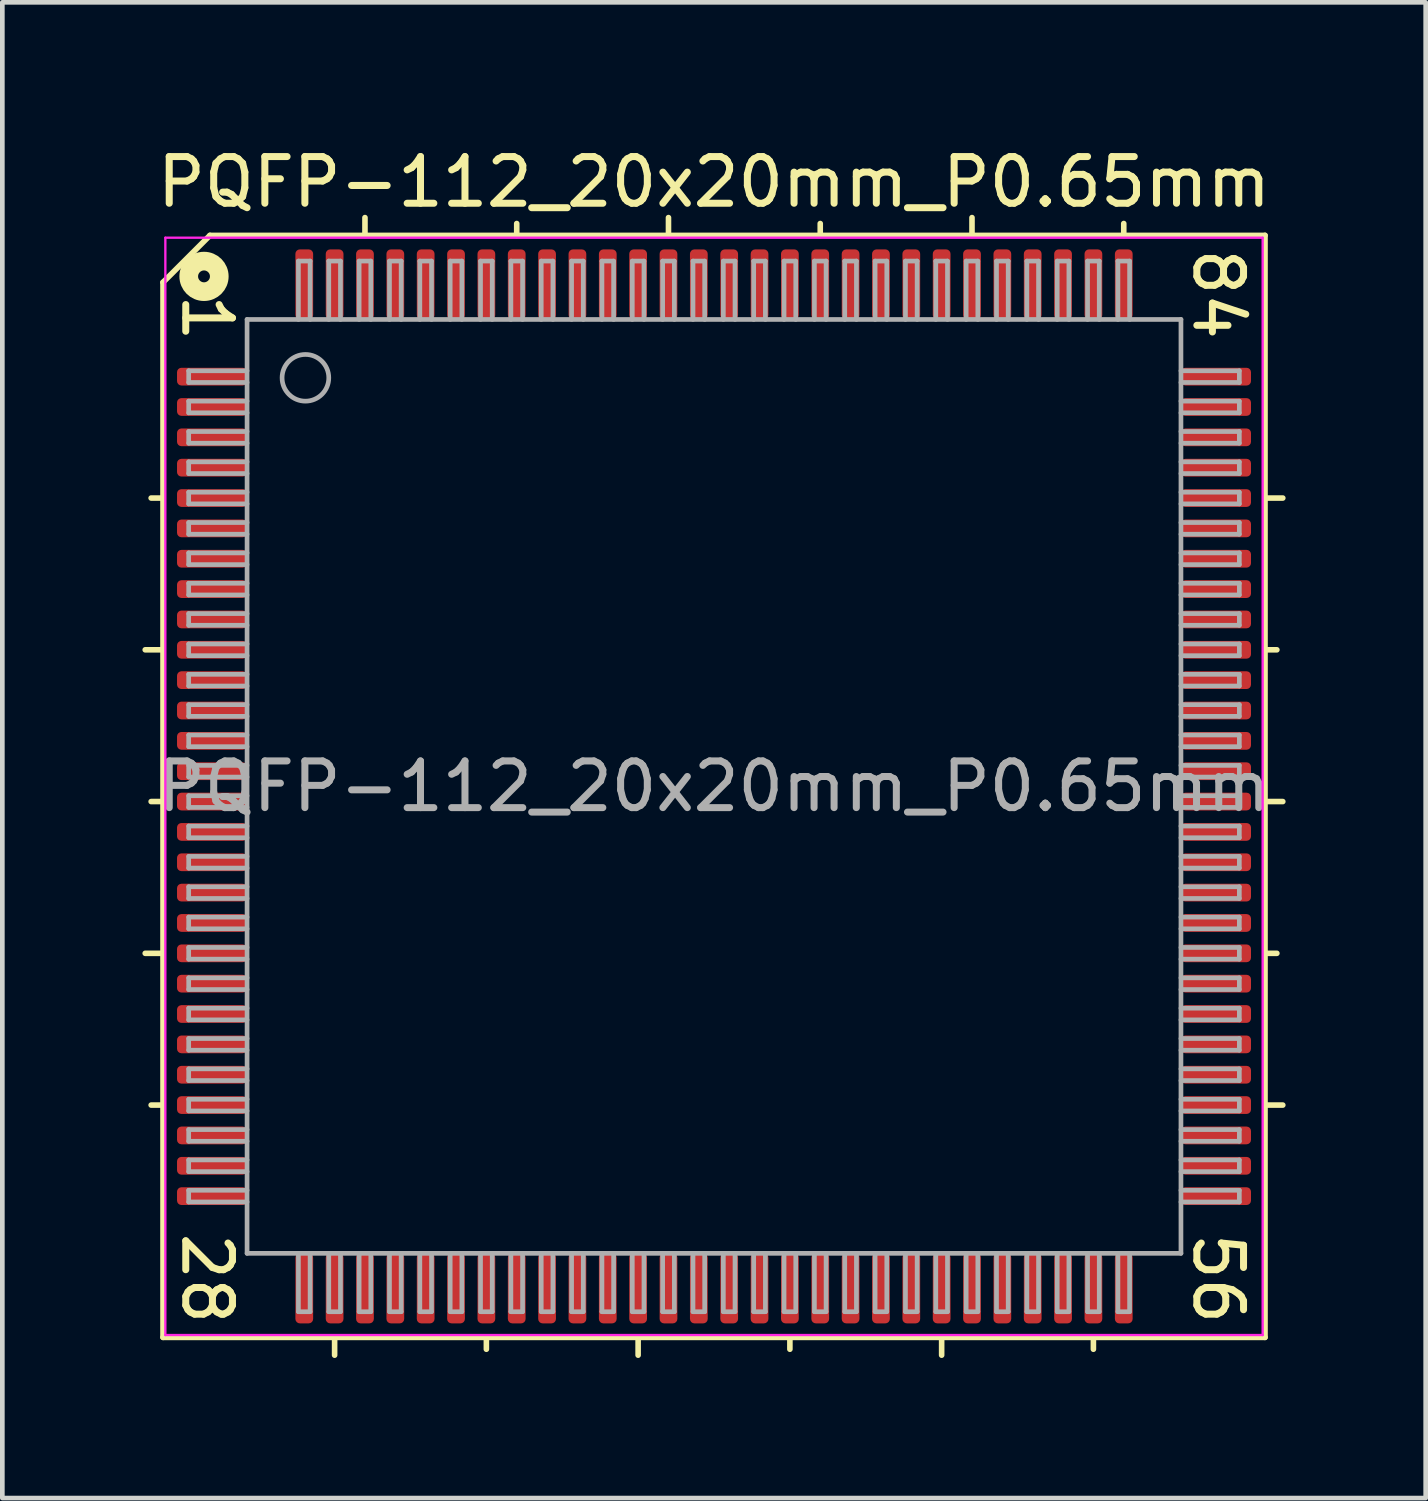
<source format=kicad_pcb>
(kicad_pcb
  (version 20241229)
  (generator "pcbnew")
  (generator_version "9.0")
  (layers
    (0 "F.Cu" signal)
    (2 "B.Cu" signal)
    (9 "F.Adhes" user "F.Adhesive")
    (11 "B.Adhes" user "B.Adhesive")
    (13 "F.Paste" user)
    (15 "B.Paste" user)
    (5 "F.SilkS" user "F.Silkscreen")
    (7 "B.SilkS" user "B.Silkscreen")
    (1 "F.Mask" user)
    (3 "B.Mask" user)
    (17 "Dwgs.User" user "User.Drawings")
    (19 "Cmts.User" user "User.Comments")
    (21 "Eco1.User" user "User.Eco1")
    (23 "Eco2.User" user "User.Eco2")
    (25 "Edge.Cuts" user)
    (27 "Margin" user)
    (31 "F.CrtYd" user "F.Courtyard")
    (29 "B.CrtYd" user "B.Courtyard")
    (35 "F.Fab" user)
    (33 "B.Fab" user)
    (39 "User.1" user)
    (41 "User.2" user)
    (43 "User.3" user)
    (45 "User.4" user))
  (footprint "PQFP-112_20x20mm_P0.65mm"
    (layer "F.Cu")
    (at 12.241 13.791)
    (property "Reference" "PQFP-112_20x20mm_P0.65mm" (at 0 -12.943 0) (layer "F.SilkS") (effects (font (size 1 1) (thickness 0.15))))
    (attr smd)
    (fp_line (start -11.8 -10.795) (end -11.8 11.8) (stroke (width 0.12) (type solid)) (layer "F.SilkS"))
    (fp_line (start -11.8 -10.795) (end -10.795 -11.8) (stroke (width 0.12) (type solid)) (layer "F.SilkS"))
    (fp_line (start -11.8 -6.175) (end -12.054 -6.175) (stroke (width 0.12) (type solid)) (layer "F.SilkS"))
    (fp_line (start -11.8 -2.925) (end -12.181 -2.925) (stroke (width 0.12) (type solid)) (layer "F.SilkS"))
    (fp_line (start -11.8 0.325) (end -12.054 0.325) (stroke (width 0.12) (type solid)) (layer "F.SilkS"))
    (fp_line (start -11.8 3.575) (end -12.181 3.575) (stroke (width 0.12) (type solid)) (layer "F.SilkS"))
    (fp_line (start -11.8 6.825) (end -12.054 6.825) (stroke (width 0.12) (type solid)) (layer "F.SilkS"))
    (fp_line (start -11.8 11.8) (end 11.8 11.8) (stroke (width 0.12) (type solid)) (layer "F.SilkS"))
    (fp_line (start -8.125 11.8) (end -8.125 12.181) (stroke (width 0.12) (type solid)) (layer "F.SilkS"))
    (fp_line (start -7.475 -11.8) (end -7.475 -12.181) (stroke (width 0.12) (type solid)) (layer "F.SilkS"))
    (fp_line (start -4.875 12.054) (end -4.875 11.8) (stroke (width 0.12) (type solid)) (layer "F.SilkS"))
    (fp_line (start -4.225 -11.8) (end -4.225 -12.054) (stroke (width 0.12) (type solid)) (layer "F.SilkS"))
    (fp_line (start -1.625 12.181) (end -1.625 11.8) (stroke (width 0.12) (type solid)) (layer "F.SilkS"))
    (fp_line (start -0.975 -11.8) (end -0.975 -12.181) (stroke (width 0.12) (type solid)) (layer "F.SilkS"))
    (fp_line (start 1.625 12.054) (end 1.625 11.8) (stroke (width 0.12) (type solid)) (layer "F.SilkS"))
    (fp_line (start 2.275 -11.8) (end 2.275 -12.054) (stroke (width 0.12) (type solid)) (layer "F.SilkS"))
    (fp_line (start 4.875 12.181) (end 4.875 11.8) (stroke (width 0.12) (type solid)) (layer "F.SilkS"))
    (fp_line (start 5.525 -11.8) (end 5.525 -12.181) (stroke (width 0.12) (type solid)) (layer "F.SilkS"))
    (fp_line (start 8.125 12.054) (end 8.125 11.8) (stroke (width 0.12) (type solid)) (layer "F.SilkS"))
    (fp_line (start 8.775 -11.8) (end 8.775 -12.054) (stroke (width 0.12) (type solid)) (layer "F.SilkS"))
    (fp_line (start 11.8 -11.8) (end -10.795 -11.8) (stroke (width 0.12) (type solid)) (layer "F.SilkS"))
    (fp_line (start 11.8 -6.175) (end 12.181 -6.175) (stroke (width 0.12) (type solid)) (layer "F.SilkS"))
    (fp_line (start 11.8 -2.925) (end 12.054 -2.925) (stroke (width 0.12) (type solid)) (layer "F.SilkS"))
    (fp_line (start 11.8 0.325) (end 12.181 0.325) (stroke (width 0.12) (type solid)) (layer "F.SilkS"))
    (fp_line (start 11.8 3.575) (end 12.054 3.575) (stroke (width 0.12) (type solid)) (layer "F.SilkS"))
    (fp_line (start 11.8 6.825) (end 12.181 6.825) (stroke (width 0.12) (type solid)) (layer "F.SilkS"))
    (fp_line (start 11.8 11.8) (end 11.8 -11.8) (stroke (width 0.12) (type solid)) (layer "F.SilkS"))
    (fp_circle (center -10.922 -10.922) (end -10.795 -10.922) (stroke (width 0.4) (type solid)) (fill no) (layer "F.SilkS"))
    (fp_line (start -11.75 -11.75) (end -11.75 11.75) (stroke (width 0.05) (type solid)) (layer "F.CrtYd"))
    (fp_line (start -11.75 -11.75) (end 11.75 -11.75) (stroke (width 0.05) (type solid)) (layer "F.CrtYd"))
    (fp_line (start -11.75 11.75) (end 11.75 11.75) (stroke (width 0.05) (type solid)) (layer "F.CrtYd"))
    (fp_line (start 11.75 -11.75) (end 11.75 11.75) (stroke (width 0.05) (type solid)) (layer "F.CrtYd"))
    (fp_line (start -11.25 -8.9) (end -11.25 -8.65) (stroke (width 0.1) (type solid)) (layer "F.Fab"))
    (fp_line (start -11.25 -8.9) (end -10 -8.9) (stroke (width 0.1) (type solid)) (layer "F.Fab"))
    (fp_line (start -11.25 -8.65) (end -10 -8.65) (stroke (width 0.1) (type solid)) (layer "F.Fab"))
    (fp_line (start -11.25 -8.25) (end -11.25 -8) (stroke (width 0.1) (type solid)) (layer "F.Fab"))
    (fp_line (start -11.25 -8.25) (end -10 -8.25) (stroke (width 0.1) (type solid)) (layer "F.Fab"))
    (fp_line (start -11.25 -8) (end -10 -8) (stroke (width 0.1) (type solid)) (layer "F.Fab"))
    (fp_line (start -11.25 -7.6) (end -11.25 -7.35) (stroke (width 0.1) (type solid)) (layer "F.Fab"))
    (fp_line (start -11.25 -7.6) (end -10 -7.6) (stroke (width 0.1) (type solid)) (layer "F.Fab"))
    (fp_line (start -11.25 -7.35) (end -10 -7.35) (stroke (width 0.1) (type solid)) (layer "F.Fab"))
    (fp_line (start -11.25 -6.95) (end -11.25 -6.7) (stroke (width 0.1) (type solid)) (layer "F.Fab"))
    (fp_line (start -11.25 -6.95) (end -10 -6.95) (stroke (width 0.1) (type solid)) (layer "F.Fab"))
    (fp_line (start -11.25 -6.7) (end -10 -6.7) (stroke (width 0.1) (type solid)) (layer "F.Fab"))
    (fp_line (start -11.25 -6.3) (end -11.25 -6.05) (stroke (width 0.1) (type solid)) (layer "F.Fab"))
    (fp_line (start -11.25 -6.3) (end -10 -6.3) (stroke (width 0.1) (type solid)) (layer "F.Fab"))
    (fp_line (start -11.25 -6.05) (end -10 -6.05) (stroke (width 0.1) (type solid)) (layer "F.Fab"))
    (fp_line (start -11.25 -5.65) (end -11.25 -5.4) (stroke (width 0.1) (type solid)) (layer "F.Fab"))
    (fp_line (start -11.25 -5.65) (end -10 -5.65) (stroke (width 0.1) (type solid)) (layer "F.Fab"))
    (fp_line (start -11.25 -5.4) (end -10 -5.4) (stroke (width 0.1) (type solid)) (layer "F.Fab"))
    (fp_line (start -11.25 -5) (end -11.25 -4.75) (stroke (width 0.1) (type solid)) (layer "F.Fab"))
    (fp_line (start -11.25 -5) (end -10 -5) (stroke (width 0.1) (type solid)) (layer "F.Fab"))
    (fp_line (start -11.25 -4.75) (end -10 -4.75) (stroke (width 0.1) (type solid)) (layer "F.Fab"))
    (fp_line (start -11.25 -4.35) (end -11.25 -4.1) (stroke (width 0.1) (type solid)) (layer "F.Fab"))
    (fp_line (start -11.25 -4.35) (end -10 -4.35) (stroke (width 0.1) (type solid)) (layer "F.Fab"))
    (fp_line (start -11.25 -4.1) (end -10 -4.1) (stroke (width 0.1) (type solid)) (layer "F.Fab"))
    (fp_line (start -11.25 -3.7) (end -11.25 -3.45) (stroke (width 0.1) (type solid)) (layer "F.Fab"))
    (fp_line (start -11.25 -3.7) (end -10 -3.7) (stroke (width 0.1) (type solid)) (layer "F.Fab"))
    (fp_line (start -11.25 -3.45) (end -10 -3.45) (stroke (width 0.1) (type solid)) (layer "F.Fab"))
    (fp_line (start -11.25 -3.05) (end -11.25 -2.8) (stroke (width 0.1) (type solid)) (layer "F.Fab"))
    (fp_line (start -11.25 -3.05) (end -10 -3.05) (stroke (width 0.1) (type solid)) (layer "F.Fab"))
    (fp_line (start -11.25 -2.8) (end -10 -2.8) (stroke (width 0.1) (type solid)) (layer "F.Fab"))
    (fp_line (start -11.25 -2.4) (end -11.25 -2.15) (stroke (width 0.1) (type solid)) (layer "F.Fab"))
    (fp_line (start -11.25 -2.4) (end -10 -2.4) (stroke (width 0.1) (type solid)) (layer "F.Fab"))
    (fp_line (start -11.25 -2.15) (end -10 -2.15) (stroke (width 0.1) (type solid)) (layer "F.Fab"))
    (fp_line (start -11.25 -1.75) (end -11.25 -1.5) (stroke (width 0.1) (type solid)) (layer "F.Fab"))
    (fp_line (start -11.25 -1.75) (end -10 -1.75) (stroke (width 0.1) (type solid)) (layer "F.Fab"))
    (fp_line (start -11.25 -1.5) (end -10 -1.5) (stroke (width 0.1) (type solid)) (layer "F.Fab"))
    (fp_line (start -11.25 -1.1) (end -11.25 -0.85) (stroke (width 0.1) (type solid)) (layer "F.Fab"))
    (fp_line (start -11.25 -1.1) (end -10 -1.1) (stroke (width 0.1) (type solid)) (layer "F.Fab"))
    (fp_line (start -11.25 -0.85) (end -10 -0.85) (stroke (width 0.1) (type solid)) (layer "F.Fab"))
    (fp_line (start -11.25 -0.45) (end -11.25 -0.2) (stroke (width 0.1) (type solid)) (layer "F.Fab"))
    (fp_line (start -11.25 -0.45) (end -10 -0.45) (stroke (width 0.1) (type solid)) (layer "F.Fab"))
    (fp_line (start -11.25 -0.2) (end -10 -0.2) (stroke (width 0.1) (type solid)) (layer "F.Fab"))
    (fp_line (start -11.25 0.2) (end -11.25 0.45) (stroke (width 0.1) (type solid)) (layer "F.Fab"))
    (fp_line (start -11.25 0.2) (end -10 0.2) (stroke (width 0.1) (type solid)) (layer "F.Fab"))
    (fp_line (start -11.25 0.45) (end -10 0.45) (stroke (width 0.1) (type solid)) (layer "F.Fab"))
    (fp_line (start -11.25 0.85) (end -11.25 1.1) (stroke (width 0.1) (type solid)) (layer "F.Fab"))
    (fp_line (start -11.25 0.85) (end -10 0.85) (stroke (width 0.1) (type solid)) (layer "F.Fab"))
    (fp_line (start -11.25 1.1) (end -10 1.1) (stroke (width 0.1) (type solid)) (layer "F.Fab"))
    (fp_line (start -11.25 1.5) (end -11.25 1.75) (stroke (width 0.1) (type solid)) (layer "F.Fab"))
    (fp_line (start -11.25 1.5) (end -10 1.5) (stroke (width 0.1) (type solid)) (layer "F.Fab"))
    (fp_line (start -11.25 1.75) (end -10 1.75) (stroke (width 0.1) (type solid)) (layer "F.Fab"))
    (fp_line (start -11.25 2.15) (end -11.25 2.4) (stroke (width 0.1) (type solid)) (layer "F.Fab"))
    (fp_line (start -11.25 2.15) (end -10 2.15) (stroke (width 0.1) (type solid)) (layer "F.Fab"))
    (fp_line (start -11.25 2.4) (end -10 2.4) (stroke (width 0.1) (type solid)) (layer "F.Fab"))
    (fp_line (start -11.25 2.8) (end -11.25 3.05) (stroke (width 0.1) (type solid)) (layer "F.Fab"))
    (fp_line (start -11.25 2.8) (end -10 2.8) (stroke (width 0.1) (type solid)) (layer "F.Fab"))
    (fp_line (start -11.25 3.05) (end -10 3.05) (stroke (width 0.1) (type solid)) (layer "F.Fab"))
    (fp_line (start -11.25 3.45) (end -11.25 3.7) (stroke (width 0.1) (type solid)) (layer "F.Fab"))
    (fp_line (start -11.25 3.45) (end -10 3.45) (stroke (width 0.1) (type solid)) (layer "F.Fab"))
    (fp_line (start -11.25 3.7) (end -10 3.7) (stroke (width 0.1) (type solid)) (layer "F.Fab"))
    (fp_line (start -11.25 4.1) (end -11.25 4.35) (stroke (width 0.1) (type solid)) (layer "F.Fab"))
    (fp_line (start -11.25 4.1) (end -10 4.1) (stroke (width 0.1) (type solid)) (layer "F.Fab"))
    (fp_line (start -11.25 4.35) (end -10 4.35) (stroke (width 0.1) (type solid)) (layer "F.Fab"))
    (fp_line (start -11.25 4.75) (end -11.25 5) (stroke (width 0.1) (type solid)) (layer "F.Fab"))
    (fp_line (start -11.25 4.75) (end -10 4.75) (stroke (width 0.1) (type solid)) (layer "F.Fab"))
    (fp_line (start -11.25 5) (end -10 5) (stroke (width 0.1) (type solid)) (layer "F.Fab"))
    (fp_line (start -11.25 5.4) (end -11.25 5.65) (stroke (width 0.1) (type solid)) (layer "F.Fab"))
    (fp_line (start -11.25 5.4) (end -10 5.4) (stroke (width 0.1) (type solid)) (layer "F.Fab"))
    (fp_line (start -11.25 5.65) (end -10 5.65) (stroke (width 0.1) (type solid)) (layer "F.Fab"))
    (fp_line (start -11.25 6.05) (end -11.25 6.3) (stroke (width 0.1) (type solid)) (layer "F.Fab"))
    (fp_line (start -11.25 6.05) (end -10 6.05) (stroke (width 0.1) (type solid)) (layer "F.Fab"))
    (fp_line (start -11.25 6.3) (end -10 6.3) (stroke (width 0.1) (type solid)) (layer "F.Fab"))
    (fp_line (start -11.25 6.7) (end -11.25 6.95) (stroke (width 0.1) (type solid)) (layer "F.Fab"))
    (fp_line (start -11.25 6.7) (end -10 6.7) (stroke (width 0.1) (type solid)) (layer "F.Fab"))
    (fp_line (start -11.25 6.95) (end -10 6.95) (stroke (width 0.1) (type solid)) (layer "F.Fab"))
    (fp_line (start -11.25 7.35) (end -11.25 7.6) (stroke (width 0.1) (type solid)) (layer "F.Fab"))
    (fp_line (start -11.25 7.35) (end -10 7.35) (stroke (width 0.1) (type solid)) (layer "F.Fab"))
    (fp_line (start -11.25 7.6) (end -10 7.6) (stroke (width 0.1) (type solid)) (layer "F.Fab"))
    (fp_line (start -11.25 8) (end -11.25 8.25) (stroke (width 0.1) (type solid)) (layer "F.Fab"))
    (fp_line (start -11.25 8) (end -10 8) (stroke (width 0.1) (type solid)) (layer "F.Fab"))
    (fp_line (start -11.25 8.25) (end -10 8.25) (stroke (width 0.1) (type solid)) (layer "F.Fab"))
    (fp_line (start -11.25 8.65) (end -11.25 8.9) (stroke (width 0.1) (type solid)) (layer "F.Fab"))
    (fp_line (start -11.25 8.65) (end -10 8.65) (stroke (width 0.1) (type solid)) (layer "F.Fab"))
    (fp_line (start -11.25 8.9) (end -10 8.9) (stroke (width 0.1) (type solid)) (layer "F.Fab"))
    (fp_line (start -10 -10) (end -10 10) (stroke (width 0.1) (type solid)) (layer "F.Fab"))
    (fp_line (start -10 -10) (end 10 -10) (stroke (width 0.1) (type solid)) (layer "F.Fab"))
    (fp_line (start -8.9 -11.25) (end -8.9 -10) (stroke (width 0.1) (type solid)) (layer "F.Fab"))
    (fp_line (start -8.9 11.25) (end -8.9 10) (stroke (width 0.1) (type solid)) (layer "F.Fab"))
    (fp_line (start -8.9 11.25) (end -8.65 11.25) (stroke (width 0.1) (type solid)) (layer "F.Fab"))
    (fp_line (start -8.65 -11.25) (end -8.9 -11.25) (stroke (width 0.1) (type solid)) (layer "F.Fab"))
    (fp_line (start -8.65 -11.25) (end -8.65 -10) (stroke (width 0.1) (type solid)) (layer "F.Fab"))
    (fp_line (start -8.65 11.25) (end -8.65 10) (stroke (width 0.1) (type solid)) (layer "F.Fab"))
    (fp_line (start -8.25 -11.25) (end -8.25 -10) (stroke (width 0.1) (type solid)) (layer "F.Fab"))
    (fp_line (start -8.25 11.25) (end -8.25 10) (stroke (width 0.1) (type solid)) (layer "F.Fab"))
    (fp_line (start -8.25 11.25) (end -8 11.25) (stroke (width 0.1) (type solid)) (layer "F.Fab"))
    (fp_line (start -8 -11.25) (end -8.25 -11.25) (stroke (width 0.1) (type solid)) (layer "F.Fab"))
    (fp_line (start -8 -11.25) (end -8 -10) (stroke (width 0.1) (type solid)) (layer "F.Fab"))
    (fp_line (start -8 11.25) (end -8 10) (stroke (width 0.1) (type solid)) (layer "F.Fab"))
    (fp_line (start -7.6 -11.25) (end -7.6 -10) (stroke (width 0.1) (type solid)) (layer "F.Fab"))
    (fp_line (start -7.6 11.25) (end -7.6 10) (stroke (width 0.1) (type solid)) (layer "F.Fab"))
    (fp_line (start -7.6 11.25) (end -7.35 11.25) (stroke (width 0.1) (type solid)) (layer "F.Fab"))
    (fp_line (start -7.35 -11.25) (end -7.6 -11.25) (stroke (width 0.1) (type solid)) (layer "F.Fab"))
    (fp_line (start -7.35 -11.25) (end -7.35 -10) (stroke (width 0.1) (type solid)) (layer "F.Fab"))
    (fp_line (start -7.35 11.25) (end -7.35 10) (stroke (width 0.1) (type solid)) (layer "F.Fab"))
    (fp_line (start -6.95 -11.25) (end -6.95 -10) (stroke (width 0.1) (type solid)) (layer "F.Fab"))
    (fp_line (start -6.95 11.25) (end -6.95 10) (stroke (width 0.1) (type solid)) (layer "F.Fab"))
    (fp_line (start -6.95 11.25) (end -6.7 11.25) (stroke (width 0.1) (type solid)) (layer "F.Fab"))
    (fp_line (start -6.7 -11.25) (end -6.95 -11.25) (stroke (width 0.1) (type solid)) (layer "F.Fab"))
    (fp_line (start -6.7 -11.25) (end -6.7 -10) (stroke (width 0.1) (type solid)) (layer "F.Fab"))
    (fp_line (start -6.7 11.25) (end -6.7 10) (stroke (width 0.1) (type solid)) (layer "F.Fab"))
    (fp_line (start -6.3 -11.25) (end -6.3 -10) (stroke (width 0.1) (type solid)) (layer "F.Fab"))
    (fp_line (start -6.3 11.25) (end -6.3 10) (stroke (width 0.1) (type solid)) (layer "F.Fab"))
    (fp_line (start -6.3 11.25) (end -6.05 11.25) (stroke (width 0.1) (type solid)) (layer "F.Fab"))
    (fp_line (start -6.05 -11.25) (end -6.3 -11.25) (stroke (width 0.1) (type solid)) (layer "F.Fab"))
    (fp_line (start -6.05 -11.25) (end -6.05 -10) (stroke (width 0.1) (type solid)) (layer "F.Fab"))
    (fp_line (start -6.05 11.25) (end -6.05 10) (stroke (width 0.1) (type solid)) (layer "F.Fab"))
    (fp_line (start -5.65 -11.25) (end -5.65 -10) (stroke (width 0.1) (type solid)) (layer "F.Fab"))
    (fp_line (start -5.65 11.25) (end -5.65 10) (stroke (width 0.1) (type solid)) (layer "F.Fab"))
    (fp_line (start -5.65 11.25) (end -5.4 11.25) (stroke (width 0.1) (type solid)) (layer "F.Fab"))
    (fp_line (start -5.4 -11.25) (end -5.65 -11.25) (stroke (width 0.1) (type solid)) (layer "F.Fab"))
    (fp_line (start -5.4 -11.25) (end -5.4 -10) (stroke (width 0.1) (type solid)) (layer "F.Fab"))
    (fp_line (start -5.4 11.25) (end -5.4 10) (stroke (width 0.1) (type solid)) (layer "F.Fab"))
    (fp_line (start -5 -11.25) (end -5 -10) (stroke (width 0.1) (type solid)) (layer "F.Fab"))
    (fp_line (start -5 11.25) (end -5 10) (stroke (width 0.1) (type solid)) (layer "F.Fab"))
    (fp_line (start -5 11.25) (end -4.75 11.25) (stroke (width 0.1) (type solid)) (layer "F.Fab"))
    (fp_line (start -4.75 -11.25) (end -5 -11.25) (stroke (width 0.1) (type solid)) (layer "F.Fab"))
    (fp_line (start -4.75 -11.25) (end -4.75 -10) (stroke (width 0.1) (type solid)) (layer "F.Fab"))
    (fp_line (start -4.75 11.25) (end -4.75 10) (stroke (width 0.1) (type solid)) (layer "F.Fab"))
    (fp_line (start -4.35 -11.25) (end -4.35 -10) (stroke (width 0.1) (type solid)) (layer "F.Fab"))
    (fp_line (start -4.35 11.25) (end -4.35 10) (stroke (width 0.1) (type solid)) (layer "F.Fab"))
    (fp_line (start -4.35 11.25) (end -4.1 11.25) (stroke (width 0.1) (type solid)) (layer "F.Fab"))
    (fp_line (start -4.1 -11.25) (end -4.35 -11.25) (stroke (width 0.1) (type solid)) (layer "F.Fab"))
    (fp_line (start -4.1 -11.25) (end -4.1 -10) (stroke (width 0.1) (type solid)) (layer "F.Fab"))
    (fp_line (start -4.1 11.25) (end -4.1 10) (stroke (width 0.1) (type solid)) (layer "F.Fab"))
    (fp_line (start -3.7 -11.25) (end -3.7 -10) (stroke (width 0.1) (type solid)) (layer "F.Fab"))
    (fp_line (start -3.7 11.25) (end -3.7 10) (stroke (width 0.1) (type solid)) (layer "F.Fab"))
    (fp_line (start -3.7 11.25) (end -3.45 11.25) (stroke (width 0.1) (type solid)) (layer "F.Fab"))
    (fp_line (start -3.45 -11.25) (end -3.7 -11.25) (stroke (width 0.1) (type solid)) (layer "F.Fab"))
    (fp_line (start -3.45 -11.25) (end -3.45 -10) (stroke (width 0.1) (type solid)) (layer "F.Fab"))
    (fp_line (start -3.45 11.25) (end -3.45 10) (stroke (width 0.1) (type solid)) (layer "F.Fab"))
    (fp_line (start -3.05 -11.25) (end -3.05 -10) (stroke (width 0.1) (type solid)) (layer "F.Fab"))
    (fp_line (start -3.05 11.25) (end -3.05 10) (stroke (width 0.1) (type solid)) (layer "F.Fab"))
    (fp_line (start -3.05 11.25) (end -2.8 11.25) (stroke (width 0.1) (type solid)) (layer "F.Fab"))
    (fp_line (start -2.8 -11.25) (end -3.05 -11.25) (stroke (width 0.1) (type solid)) (layer "F.Fab"))
    (fp_line (start -2.8 -11.25) (end -2.8 -10) (stroke (width 0.1) (type solid)) (layer "F.Fab"))
    (fp_line (start -2.8 11.25) (end -2.8 10) (stroke (width 0.1) (type solid)) (layer "F.Fab"))
    (fp_line (start -2.4 -11.25) (end -2.4 -10) (stroke (width 0.1) (type solid)) (layer "F.Fab"))
    (fp_line (start -2.4 11.25) (end -2.4 10) (stroke (width 0.1) (type solid)) (layer "F.Fab"))
    (fp_line (start -2.4 11.25) (end -2.15 11.25) (stroke (width 0.1) (type solid)) (layer "F.Fab"))
    (fp_line (start -2.15 -11.25) (end -2.4 -11.25) (stroke (width 0.1) (type solid)) (layer "F.Fab"))
    (fp_line (start -2.15 -11.25) (end -2.15 -10) (stroke (width 0.1) (type solid)) (layer "F.Fab"))
    (fp_line (start -2.15 11.25) (end -2.15 10) (stroke (width 0.1) (type solid)) (layer "F.Fab"))
    (fp_line (start -1.75 -11.25) (end -1.75 -10) (stroke (width 0.1) (type solid)) (layer "F.Fab"))
    (fp_line (start -1.75 11.25) (end -1.75 10) (stroke (width 0.1) (type solid)) (layer "F.Fab"))
    (fp_line (start -1.75 11.25) (end -1.5 11.25) (stroke (width 0.1) (type solid)) (layer "F.Fab"))
    (fp_line (start -1.5 -11.25) (end -1.75 -11.25) (stroke (width 0.1) (type solid)) (layer "F.Fab"))
    (fp_line (start -1.5 -11.25) (end -1.5 -10) (stroke (width 0.1) (type solid)) (layer "F.Fab"))
    (fp_line (start -1.5 11.25) (end -1.5 10) (stroke (width 0.1) (type solid)) (layer "F.Fab"))
    (fp_line (start -1.1 -11.25) (end -1.1 -10) (stroke (width 0.1) (type solid)) (layer "F.Fab"))
    (fp_line (start -1.1 11.25) (end -1.1 10) (stroke (width 0.1) (type solid)) (layer "F.Fab"))
    (fp_line (start -1.1 11.25) (end -0.85 11.25) (stroke (width 0.1) (type solid)) (layer "F.Fab"))
    (fp_line (start -0.85 -11.25) (end -1.1 -11.25) (stroke (width 0.1) (type solid)) (layer "F.Fab"))
    (fp_line (start -0.85 -11.25) (end -0.85 -10) (stroke (width 0.1) (type solid)) (layer "F.Fab"))
    (fp_line (start -0.85 11.25) (end -0.85 10) (stroke (width 0.1) (type solid)) (layer "F.Fab"))
    (fp_line (start -0.45 -11.25) (end -0.45 -10) (stroke (width 0.1) (type solid)) (layer "F.Fab"))
    (fp_line (start -0.45 11.25) (end -0.45 10) (stroke (width 0.1) (type solid)) (layer "F.Fab"))
    (fp_line (start -0.45 11.25) (end -0.2 11.25) (stroke (width 0.1) (type solid)) (layer "F.Fab"))
    (fp_line (start -0.2 -11.25) (end -0.45 -11.25) (stroke (width 0.1) (type solid)) (layer "F.Fab"))
    (fp_line (start -0.2 -11.25) (end -0.2 -10) (stroke (width 0.1) (type solid)) (layer "F.Fab"))
    (fp_line (start -0.2 11.25) (end -0.2 10) (stroke (width 0.1) (type solid)) (layer "F.Fab"))
    (fp_line (start 0.2 -11.25) (end 0.2 -10) (stroke (width 0.1) (type solid)) (layer "F.Fab"))
    (fp_line (start 0.2 11.25) (end 0.2 10) (stroke (width 0.1) (type solid)) (layer "F.Fab"))
    (fp_line (start 0.2 11.25) (end 0.45 11.25) (stroke (width 0.1) (type solid)) (layer "F.Fab"))
    (fp_line (start 0.45 -11.25) (end 0.2 -11.25) (stroke (width 0.1) (type solid)) (layer "F.Fab"))
    (fp_line (start 0.45 -11.25) (end 0.45 -10) (stroke (width 0.1) (type solid)) (layer "F.Fab"))
    (fp_line (start 0.45 11.25) (end 0.45 10) (stroke (width 0.1) (type solid)) (layer "F.Fab"))
    (fp_line (start 0.85 -11.25) (end 0.85 -10) (stroke (width 0.1) (type solid)) (layer "F.Fab"))
    (fp_line (start 0.85 11.25) (end 0.85 10) (stroke (width 0.1) (type solid)) (layer "F.Fab"))
    (fp_line (start 0.85 11.25) (end 1.1 11.25) (stroke (width 0.1) (type solid)) (layer "F.Fab"))
    (fp_line (start 1.1 -11.25) (end 0.85 -11.25) (stroke (width 0.1) (type solid)) (layer "F.Fab"))
    (fp_line (start 1.1 -11.25) (end 1.1 -10) (stroke (width 0.1) (type solid)) (layer "F.Fab"))
    (fp_line (start 1.1 11.25) (end 1.1 10) (stroke (width 0.1) (type solid)) (layer "F.Fab"))
    (fp_line (start 1.5 -11.25) (end 1.5 -10) (stroke (width 0.1) (type solid)) (layer "F.Fab"))
    (fp_line (start 1.5 11.25) (end 1.5 10) (stroke (width 0.1) (type solid)) (layer "F.Fab"))
    (fp_line (start 1.5 11.25) (end 1.75 11.25) (stroke (width 0.1) (type solid)) (layer "F.Fab"))
    (fp_line (start 1.75 -11.25) (end 1.5 -11.25) (stroke (width 0.1) (type solid)) (layer "F.Fab"))
    (fp_line (start 1.75 -11.25) (end 1.75 -10) (stroke (width 0.1) (type solid)) (layer "F.Fab"))
    (fp_line (start 1.75 11.25) (end 1.75 10) (stroke (width 0.1) (type solid)) (layer "F.Fab"))
    (fp_line (start 2.15 -11.25) (end 2.15 -10) (stroke (width 0.1) (type solid)) (layer "F.Fab"))
    (fp_line (start 2.15 11.25) (end 2.15 10) (stroke (width 0.1) (type solid)) (layer "F.Fab"))
    (fp_line (start 2.15 11.25) (end 2.4 11.25) (stroke (width 0.1) (type solid)) (layer "F.Fab"))
    (fp_line (start 2.4 -11.25) (end 2.15 -11.25) (stroke (width 0.1) (type solid)) (layer "F.Fab"))
    (fp_line (start 2.4 -11.25) (end 2.4 -10) (stroke (width 0.1) (type solid)) (layer "F.Fab"))
    (fp_line (start 2.4 11.25) (end 2.4 10) (stroke (width 0.1) (type solid)) (layer "F.Fab"))
    (fp_line (start 2.8 -11.25) (end 2.8 -10) (stroke (width 0.1) (type solid)) (layer "F.Fab"))
    (fp_line (start 2.8 11.25) (end 2.8 10) (stroke (width 0.1) (type solid)) (layer "F.Fab"))
    (fp_line (start 2.8 11.25) (end 3.05 11.25) (stroke (width 0.1) (type solid)) (layer "F.Fab"))
    (fp_line (start 3.05 -11.25) (end 2.8 -11.25) (stroke (width 0.1) (type solid)) (layer "F.Fab"))
    (fp_line (start 3.05 -11.25) (end 3.05 -10) (stroke (width 0.1) (type solid)) (layer "F.Fab"))
    (fp_line (start 3.05 11.25) (end 3.05 10) (stroke (width 0.1) (type solid)) (layer "F.Fab"))
    (fp_line (start 3.45 -11.25) (end 3.45 -10) (stroke (width 0.1) (type solid)) (layer "F.Fab"))
    (fp_line (start 3.45 11.25) (end 3.45 10) (stroke (width 0.1) (type solid)) (layer "F.Fab"))
    (fp_line (start 3.45 11.25) (end 3.7 11.25) (stroke (width 0.1) (type solid)) (layer "F.Fab"))
    (fp_line (start 3.7 -11.25) (end 3.45 -11.25) (stroke (width 0.1) (type solid)) (layer "F.Fab"))
    (fp_line (start 3.7 -11.25) (end 3.7 -10) (stroke (width 0.1) (type solid)) (layer "F.Fab"))
    (fp_line (start 3.7 11.25) (end 3.7 10) (stroke (width 0.1) (type solid)) (layer "F.Fab"))
    (fp_line (start 4.1 -11.25) (end 4.1 -10) (stroke (width 0.1) (type solid)) (layer "F.Fab"))
    (fp_line (start 4.1 11.25) (end 4.1 10) (stroke (width 0.1) (type solid)) (layer "F.Fab"))
    (fp_line (start 4.1 11.25) (end 4.35 11.25) (stroke (width 0.1) (type solid)) (layer "F.Fab"))
    (fp_line (start 4.35 -11.25) (end 4.1 -11.25) (stroke (width 0.1) (type solid)) (layer "F.Fab"))
    (fp_line (start 4.35 -11.25) (end 4.35 -10) (stroke (width 0.1) (type solid)) (layer "F.Fab"))
    (fp_line (start 4.35 11.25) (end 4.35 10) (stroke (width 0.1) (type solid)) (layer "F.Fab"))
    (fp_line (start 4.75 -11.25) (end 4.75 -10) (stroke (width 0.1) (type solid)) (layer "F.Fab"))
    (fp_line (start 4.75 11.25) (end 4.75 10) (stroke (width 0.1) (type solid)) (layer "F.Fab"))
    (fp_line (start 4.75 11.25) (end 5 11.25) (stroke (width 0.1) (type solid)) (layer "F.Fab"))
    (fp_line (start 5 -11.25) (end 4.75 -11.25) (stroke (width 0.1) (type solid)) (layer "F.Fab"))
    (fp_line (start 5 -11.25) (end 5 -10) (stroke (width 0.1) (type solid)) (layer "F.Fab"))
    (fp_line (start 5 11.25) (end 5 10) (stroke (width 0.1) (type solid)) (layer "F.Fab"))
    (fp_line (start 5.4 -11.25) (end 5.4 -10) (stroke (width 0.1) (type solid)) (layer "F.Fab"))
    (fp_line (start 5.4 11.25) (end 5.4 10) (stroke (width 0.1) (type solid)) (layer "F.Fab"))
    (fp_line (start 5.4 11.25) (end 5.65 11.25) (stroke (width 0.1) (type solid)) (layer "F.Fab"))
    (fp_line (start 5.65 -11.25) (end 5.4 -11.25) (stroke (width 0.1) (type solid)) (layer "F.Fab"))
    (fp_line (start 5.65 -11.25) (end 5.65 -10) (stroke (width 0.1) (type solid)) (layer "F.Fab"))
    (fp_line (start 5.65 11.25) (end 5.65 10) (stroke (width 0.1) (type solid)) (layer "F.Fab"))
    (fp_line (start 6.05 -11.25) (end 6.05 -10) (stroke (width 0.1) (type solid)) (layer "F.Fab"))
    (fp_line (start 6.05 11.25) (end 6.05 10) (stroke (width 0.1) (type solid)) (layer "F.Fab"))
    (fp_line (start 6.05 11.25) (end 6.3 11.25) (stroke (width 0.1) (type solid)) (layer "F.Fab"))
    (fp_line (start 6.3 -11.25) (end 6.05 -11.25) (stroke (width 0.1) (type solid)) (layer "F.Fab"))
    (fp_line (start 6.3 -11.25) (end 6.3 -10) (stroke (width 0.1) (type solid)) (layer "F.Fab"))
    (fp_line (start 6.3 11.25) (end 6.3 10) (stroke (width 0.1) (type solid)) (layer "F.Fab"))
    (fp_line (start 6.7 -11.25) (end 6.7 -10) (stroke (width 0.1) (type solid)) (layer "F.Fab"))
    (fp_line (start 6.7 11.25) (end 6.7 10) (stroke (width 0.1) (type solid)) (layer "F.Fab"))
    (fp_line (start 6.7 11.25) (end 6.95 11.25) (stroke (width 0.1) (type solid)) (layer "F.Fab"))
    (fp_line (start 6.95 -11.25) (end 6.7 -11.25) (stroke (width 0.1) (type solid)) (layer "F.Fab"))
    (fp_line (start 6.95 -11.25) (end 6.95 -10) (stroke (width 0.1) (type solid)) (layer "F.Fab"))
    (fp_line (start 6.95 11.25) (end 6.95 10) (stroke (width 0.1) (type solid)) (layer "F.Fab"))
    (fp_line (start 7.35 -11.25) (end 7.35 -10) (stroke (width 0.1) (type solid)) (layer "F.Fab"))
    (fp_line (start 7.35 11.25) (end 7.35 10) (stroke (width 0.1) (type solid)) (layer "F.Fab"))
    (fp_line (start 7.35 11.25) (end 7.6 11.25) (stroke (width 0.1) (type solid)) (layer "F.Fab"))
    (fp_line (start 7.6 -11.25) (end 7.35 -11.25) (stroke (width 0.1) (type solid)) (layer "F.Fab"))
    (fp_line (start 7.6 -11.25) (end 7.6 -10) (stroke (width 0.1) (type solid)) (layer "F.Fab"))
    (fp_line (start 7.6 11.25) (end 7.6 10) (stroke (width 0.1) (type solid)) (layer "F.Fab"))
    (fp_line (start 8 -11.25) (end 8 -10) (stroke (width 0.1) (type solid)) (layer "F.Fab"))
    (fp_line (start 8 11.25) (end 8 10) (stroke (width 0.1) (type solid)) (layer "F.Fab"))
    (fp_line (start 8 11.25) (end 8.25 11.25) (stroke (width 0.1) (type solid)) (layer "F.Fab"))
    (fp_line (start 8.25 -11.25) (end 8 -11.25) (stroke (width 0.1) (type solid)) (layer "F.Fab"))
    (fp_line (start 8.25 -11.25) (end 8.25 -10) (stroke (width 0.1) (type solid)) (layer "F.Fab"))
    (fp_line (start 8.25 11.25) (end 8.25 10) (stroke (width 0.1) (type solid)) (layer "F.Fab"))
    (fp_line (start 8.65 -11.25) (end 8.65 -10) (stroke (width 0.1) (type solid)) (layer "F.Fab"))
    (fp_line (start 8.65 11.25) (end 8.65 10) (stroke (width 0.1) (type solid)) (layer "F.Fab"))
    (fp_line (start 8.65 11.25) (end 8.9 11.25) (stroke (width 0.1) (type solid)) (layer "F.Fab"))
    (fp_line (start 8.9 -11.25) (end 8.65 -11.25) (stroke (width 0.1) (type solid)) (layer "F.Fab"))
    (fp_line (start 8.9 -11.25) (end 8.9 -10) (stroke (width 0.1) (type solid)) (layer "F.Fab"))
    (fp_line (start 8.9 11.25) (end 8.9 10) (stroke (width 0.1) (type solid)) (layer "F.Fab"))
    (fp_line (start 10 10) (end -10 10) (stroke (width 0.1) (type solid)) (layer "F.Fab"))
    (fp_line (start 10 10) (end 10 -10) (stroke (width 0.1) (type solid)) (layer "F.Fab"))
    (fp_line (start 11.25 -8.9) (end 10 -8.9) (stroke (width 0.1) (type solid)) (layer "F.Fab"))
    (fp_line (start 11.25 -8.65) (end 10 -8.65) (stroke (width 0.1) (type solid)) (layer "F.Fab"))
    (fp_line (start 11.25 -8.65) (end 11.25 -8.9) (stroke (width 0.1) (type solid)) (layer "F.Fab"))
    (fp_line (start 11.25 -8.25) (end 10 -8.25) (stroke (width 0.1) (type solid)) (layer "F.Fab"))
    (fp_line (start 11.25 -8) (end 10 -8) (stroke (width 0.1) (type solid)) (layer "F.Fab"))
    (fp_line (start 11.25 -8) (end 11.25 -8.25) (stroke (width 0.1) (type solid)) (layer "F.Fab"))
    (fp_line (start 11.25 -7.6) (end 10 -7.6) (stroke (width 0.1) (type solid)) (layer "F.Fab"))
    (fp_line (start 11.25 -7.35) (end 10 -7.35) (stroke (width 0.1) (type solid)) (layer "F.Fab"))
    (fp_line (start 11.25 -7.35) (end 11.25 -7.6) (stroke (width 0.1) (type solid)) (layer "F.Fab"))
    (fp_line (start 11.25 -6.95) (end 10 -6.95) (stroke (width 0.1) (type solid)) (layer "F.Fab"))
    (fp_line (start 11.25 -6.7) (end 10 -6.7) (stroke (width 0.1) (type solid)) (layer "F.Fab"))
    (fp_line (start 11.25 -6.7) (end 11.25 -6.95) (stroke (width 0.1) (type solid)) (layer "F.Fab"))
    (fp_line (start 11.25 -6.3) (end 10 -6.3) (stroke (width 0.1) (type solid)) (layer "F.Fab"))
    (fp_line (start 11.25 -6.05) (end 10 -6.05) (stroke (width 0.1) (type solid)) (layer "F.Fab"))
    (fp_line (start 11.25 -6.05) (end 11.25 -6.3) (stroke (width 0.1) (type solid)) (layer "F.Fab"))
    (fp_line (start 11.25 -5.65) (end 10 -5.65) (stroke (width 0.1) (type solid)) (layer "F.Fab"))
    (fp_line (start 11.25 -5.4) (end 10 -5.4) (stroke (width 0.1) (type solid)) (layer "F.Fab"))
    (fp_line (start 11.25 -5.4) (end 11.25 -5.65) (stroke (width 0.1) (type solid)) (layer "F.Fab"))
    (fp_line (start 11.25 -5) (end 10 -5) (stroke (width 0.1) (type solid)) (layer "F.Fab"))
    (fp_line (start 11.25 -4.75) (end 10 -4.75) (stroke (width 0.1) (type solid)) (layer "F.Fab"))
    (fp_line (start 11.25 -4.75) (end 11.25 -5) (stroke (width 0.1) (type solid)) (layer "F.Fab"))
    (fp_line (start 11.25 -4.35) (end 10 -4.35) (stroke (width 0.1) (type solid)) (layer "F.Fab"))
    (fp_line (start 11.25 -4.1) (end 10 -4.1) (stroke (width 0.1) (type solid)) (layer "F.Fab"))
    (fp_line (start 11.25 -4.1) (end 11.25 -4.35) (stroke (width 0.1) (type solid)) (layer "F.Fab"))
    (fp_line (start 11.25 -3.7) (end 10 -3.7) (stroke (width 0.1) (type solid)) (layer "F.Fab"))
    (fp_line (start 11.25 -3.45) (end 10 -3.45) (stroke (width 0.1) (type solid)) (layer "F.Fab"))
    (fp_line (start 11.25 -3.45) (end 11.25 -3.7) (stroke (width 0.1) (type solid)) (layer "F.Fab"))
    (fp_line (start 11.25 -3.05) (end 10 -3.05) (stroke (width 0.1) (type solid)) (layer "F.Fab"))
    (fp_line (start 11.25 -2.8) (end 10 -2.8) (stroke (width 0.1) (type solid)) (layer "F.Fab"))
    (fp_line (start 11.25 -2.8) (end 11.25 -3.05) (stroke (width 0.1) (type solid)) (layer "F.Fab"))
    (fp_line (start 11.25 -2.4) (end 10 -2.4) (stroke (width 0.1) (type solid)) (layer "F.Fab"))
    (fp_line (start 11.25 -2.15) (end 10 -2.15) (stroke (width 0.1) (type solid)) (layer "F.Fab"))
    (fp_line (start 11.25 -2.15) (end 11.25 -2.4) (stroke (width 0.1) (type solid)) (layer "F.Fab"))
    (fp_line (start 11.25 -1.75) (end 10 -1.75) (stroke (width 0.1) (type solid)) (layer "F.Fab"))
    (fp_line (start 11.25 -1.5) (end 10 -1.5) (stroke (width 0.1) (type solid)) (layer "F.Fab"))
    (fp_line (start 11.25 -1.5) (end 11.25 -1.75) (stroke (width 0.1) (type solid)) (layer "F.Fab"))
    (fp_line (start 11.25 -1.1) (end 10 -1.1) (stroke (width 0.1) (type solid)) (layer "F.Fab"))
    (fp_line (start 11.25 -0.85) (end 10 -0.85) (stroke (width 0.1) (type solid)) (layer "F.Fab"))
    (fp_line (start 11.25 -0.85) (end 11.25 -1.1) (stroke (width 0.1) (type solid)) (layer "F.Fab"))
    (fp_line (start 11.25 -0.45) (end 10 -0.45) (stroke (width 0.1) (type solid)) (layer "F.Fab"))
    (fp_line (start 11.25 -0.2) (end 10 -0.2) (stroke (width 0.1) (type solid)) (layer "F.Fab"))
    (fp_line (start 11.25 -0.2) (end 11.25 -0.45) (stroke (width 0.1) (type solid)) (layer "F.Fab"))
    (fp_line (start 11.25 0.2) (end 10 0.2) (stroke (width 0.1) (type solid)) (layer "F.Fab"))
    (fp_line (start 11.25 0.45) (end 10 0.45) (stroke (width 0.1) (type solid)) (layer "F.Fab"))
    (fp_line (start 11.25 0.45) (end 11.25 0.2) (stroke (width 0.1) (type solid)) (layer "F.Fab"))
    (fp_line (start 11.25 0.85) (end 10 0.85) (stroke (width 0.1) (type solid)) (layer "F.Fab"))
    (fp_line (start 11.25 1.1) (end 10 1.1) (stroke (width 0.1) (type solid)) (layer "F.Fab"))
    (fp_line (start 11.25 1.1) (end 11.25 0.85) (stroke (width 0.1) (type solid)) (layer "F.Fab"))
    (fp_line (start 11.25 1.5) (end 10 1.5) (stroke (width 0.1) (type solid)) (layer "F.Fab"))
    (fp_line (start 11.25 1.75) (end 10 1.75) (stroke (width 0.1) (type solid)) (layer "F.Fab"))
    (fp_line (start 11.25 1.75) (end 11.25 1.5) (stroke (width 0.1) (type solid)) (layer "F.Fab"))
    (fp_line (start 11.25 2.15) (end 10 2.15) (stroke (width 0.1) (type solid)) (layer "F.Fab"))
    (fp_line (start 11.25 2.4) (end 10 2.4) (stroke (width 0.1) (type solid)) (layer "F.Fab"))
    (fp_line (start 11.25 2.4) (end 11.25 2.15) (stroke (width 0.1) (type solid)) (layer "F.Fab"))
    (fp_line (start 11.25 2.8) (end 10 2.8) (stroke (width 0.1) (type solid)) (layer "F.Fab"))
    (fp_line (start 11.25 3.05) (end 10 3.05) (stroke (width 0.1) (type solid)) (layer "F.Fab"))
    (fp_line (start 11.25 3.05) (end 11.25 2.8) (stroke (width 0.1) (type solid)) (layer "F.Fab"))
    (fp_line (start 11.25 3.45) (end 10 3.45) (stroke (width 0.1) (type solid)) (layer "F.Fab"))
    (fp_line (start 11.25 3.7) (end 10 3.7) (stroke (width 0.1) (type solid)) (layer "F.Fab"))
    (fp_line (start 11.25 3.7) (end 11.25 3.45) (stroke (width 0.1) (type solid)) (layer "F.Fab"))
    (fp_line (start 11.25 4.1) (end 10 4.1) (stroke (width 0.1) (type solid)) (layer "F.Fab"))
    (fp_line (start 11.25 4.35) (end 10 4.35) (stroke (width 0.1) (type solid)) (layer "F.Fab"))
    (fp_line (start 11.25 4.35) (end 11.25 4.1) (stroke (width 0.1) (type solid)) (layer "F.Fab"))
    (fp_line (start 11.25 4.75) (end 10 4.75) (stroke (width 0.1) (type solid)) (layer "F.Fab"))
    (fp_line (start 11.25 5) (end 10 5) (stroke (width 0.1) (type solid)) (layer "F.Fab"))
    (fp_line (start 11.25 5) (end 11.25 4.75) (stroke (width 0.1) (type solid)) (layer "F.Fab"))
    (fp_line (start 11.25 5.4) (end 10 5.4) (stroke (width 0.1) (type solid)) (layer "F.Fab"))
    (fp_line (start 11.25 5.65) (end 10 5.65) (stroke (width 0.1) (type solid)) (layer "F.Fab"))
    (fp_line (start 11.25 5.65) (end 11.25 5.4) (stroke (width 0.1) (type solid)) (layer "F.Fab"))
    (fp_line (start 11.25 6.05) (end 10 6.05) (stroke (width 0.1) (type solid)) (layer "F.Fab"))
    (fp_line (start 11.25 6.3) (end 10 6.3) (stroke (width 0.1) (type solid)) (layer "F.Fab"))
    (fp_line (start 11.25 6.3) (end 11.25 6.05) (stroke (width 0.1) (type solid)) (layer "F.Fab"))
    (fp_line (start 11.25 6.7) (end 10 6.7) (stroke (width 0.1) (type solid)) (layer "F.Fab"))
    (fp_line (start 11.25 6.95) (end 10 6.95) (stroke (width 0.1) (type solid)) (layer "F.Fab"))
    (fp_line (start 11.25 6.95) (end 11.25 6.7) (stroke (width 0.1) (type solid)) (layer "F.Fab"))
    (fp_line (start 11.25 7.35) (end 10 7.35) (stroke (width 0.1) (type solid)) (layer "F.Fab"))
    (fp_line (start 11.25 7.6) (end 10 7.6) (stroke (width 0.1) (type solid)) (layer "F.Fab"))
    (fp_line (start 11.25 7.6) (end 11.25 7.35) (stroke (width 0.1) (type solid)) (layer "F.Fab"))
    (fp_line (start 11.25 8) (end 10 8) (stroke (width 0.1) (type solid)) (layer "F.Fab"))
    (fp_line (start 11.25 8.25) (end 10 8.25) (stroke (width 0.1) (type solid)) (layer "F.Fab"))
    (fp_line (start 11.25 8.25) (end 11.25 8) (stroke (width 0.1) (type solid)) (layer "F.Fab"))
    (fp_line (start 11.25 8.65) (end 10 8.65) (stroke (width 0.1) (type solid)) (layer "F.Fab"))
    (fp_line (start 11.25 8.9) (end 10 8.9) (stroke (width 0.1) (type solid)) (layer "F.Fab"))
    (fp_line (start 11.25 8.9) (end 11.25 8.65) (stroke (width 0.1) (type solid)) (layer "F.Fab"))
    (fp_circle (center -8.75 -8.75) (end -8.25 -8.75) (stroke (width 0.1) (type solid)) (fill no) (layer "F.Fab"))
    (fp_text user "1" (at -10.858 -10.033 270) (unlocked yes) (layer "F.SilkS") (effects (font (size 1 1) (thickness 0.15))))
    (fp_text user "28" (at -10.858 10.541 270) (unlocked yes) (layer "F.SilkS") (effects (font (size 1 1) (thickness 0.15))))
    (fp_text user "84" (at 10.795 -10.541 270) (unlocked yes) (layer "F.SilkS") (effects (font (size 1 1) (thickness 0.15))))
    (fp_text user "56" (at 10.795 10.541 270) (unlocked yes) (layer "F.SilkS") (effects (font (size 1 1) (thickness 0.15))))
    (fp_text user "${REFERENCE}" (at 0 0 0) (layer "F.Fab") (effects (font (size 1 1) (thickness 0.15))))
    (pad "1" smd roundrect (at -10.75 -8.775) (size 1.5 0.38) (layers "F.Cu" "F.Mask" "F.Paste") (roundrect_rratio 0.25))
    (pad "2" smd roundrect (at -10.75 -8.125) (size 1.5 0.38) (layers "F.Cu" "F.Mask" "F.Paste") (roundrect_rratio 0.25))
    (pad "3" smd roundrect (at -10.75 -7.475) (size 1.5 0.38) (layers "F.Cu" "F.Mask" "F.Paste") (roundrect_rratio 0.25))
    (pad "4" smd roundrect (at -10.75 -6.825) (size 1.5 0.38) (layers "F.Cu" "F.Mask" "F.Paste") (roundrect_rratio 0.25))
    (pad "5" smd roundrect (at -10.75 -6.175) (size 1.5 0.38) (layers "F.Cu" "F.Mask" "F.Paste") (roundrect_rratio 0.25))
    (pad "6" smd roundrect (at -10.75 -5.525) (size 1.5 0.38) (layers "F.Cu" "F.Mask" "F.Paste") (roundrect_rratio 0.25))
    (pad "7" smd roundrect (at -10.75 -4.875) (size 1.5 0.38) (layers "F.Cu" "F.Mask" "F.Paste") (roundrect_rratio 0.25))
    (pad "8" smd roundrect (at -10.75 -4.225) (size 1.5 0.38) (layers "F.Cu" "F.Mask" "F.Paste") (roundrect_rratio 0.25))
    (pad "9" smd roundrect (at -10.75 -3.575) (size 1.5 0.38) (layers "F.Cu" "F.Mask" "F.Paste") (roundrect_rratio 0.25))
    (pad "10" smd roundrect (at -10.75 -2.925) (size 1.5 0.38) (layers "F.Cu" "F.Mask" "F.Paste") (roundrect_rratio 0.25))
    (pad "11" smd roundrect (at -10.75 -2.275) (size 1.5 0.38) (layers "F.Cu" "F.Mask" "F.Paste") (roundrect_rratio 0.25))
    (pad "12" smd roundrect (at -10.75 -1.625) (size 1.5 0.38) (layers "F.Cu" "F.Mask" "F.Paste") (roundrect_rratio 0.25))
    (pad "13" smd roundrect (at -10.75 -0.975) (size 1.5 0.38) (layers "F.Cu" "F.Mask" "F.Paste") (roundrect_rratio 0.25))
    (pad "14" smd roundrect (at -10.75 -0.325) (size 1.5 0.38) (layers "F.Cu" "F.Mask" "F.Paste") (roundrect_rratio 0.25))
    (pad "15" smd roundrect (at -10.75 0.325) (size 1.5 0.38) (layers "F.Cu" "F.Mask" "F.Paste") (roundrect_rratio 0.25))
    (pad "16" smd roundrect (at -10.75 0.975) (size 1.5 0.38) (layers "F.Cu" "F.Mask" "F.Paste") (roundrect_rratio 0.25))
    (pad "17" smd roundrect (at -10.75 1.625) (size 1.5 0.38) (layers "F.Cu" "F.Mask" "F.Paste") (roundrect_rratio 0.25))
    (pad "18" smd roundrect (at -10.75 2.275) (size 1.5 0.38) (layers "F.Cu" "F.Mask" "F.Paste") (roundrect_rratio 0.25))
    (pad "19" smd roundrect (at -10.75 2.925) (size 1.5 0.38) (layers "F.Cu" "F.Mask" "F.Paste") (roundrect_rratio 0.25))
    (pad "20" smd roundrect (at -10.75 3.575) (size 1.5 0.38) (layers "F.Cu" "F.Mask" "F.Paste") (roundrect_rratio 0.25))
    (pad "21" smd roundrect (at -10.75 4.225) (size 1.5 0.38) (layers "F.Cu" "F.Mask" "F.Paste") (roundrect_rratio 0.25))
    (pad "22" smd roundrect (at -10.75 4.875) (size 1.5 0.38) (layers "F.Cu" "F.Mask" "F.Paste") (roundrect_rratio 0.25))
    (pad "23" smd roundrect (at -10.75 5.525) (size 1.5 0.38) (layers "F.Cu" "F.Mask" "F.Paste") (roundrect_rratio 0.25))
    (pad "24" smd roundrect (at -10.75 6.175) (size 1.5 0.38) (layers "F.Cu" "F.Mask" "F.Paste") (roundrect_rratio 0.25))
    (pad "25" smd roundrect (at -10.75 6.825) (size 1.5 0.38) (layers "F.Cu" "F.Mask" "F.Paste") (roundrect_rratio 0.25))
    (pad "26" smd roundrect (at -10.75 7.475) (size 1.5 0.38) (layers "F.Cu" "F.Mask" "F.Paste") (roundrect_rratio 0.25))
    (pad "27" smd roundrect (at -10.75 8.125) (size 1.5 0.38) (layers "F.Cu" "F.Mask" "F.Paste") (roundrect_rratio 0.25))
    (pad "28" smd roundrect (at -10.75 8.775) (size 1.5 0.38) (layers "F.Cu" "F.Mask" "F.Paste") (roundrect_rratio 0.25))
    (pad "29" smd roundrect (at -8.775 10.75) (size 0.38 1.5) (layers "F.Cu" "F.Mask" "F.Paste") (roundrect_rratio 0.25))
    (pad "30" smd roundrect (at -8.125 10.75) (size 0.38 1.5) (layers "F.Cu" "F.Mask" "F.Paste") (roundrect_rratio 0.25))
    (pad "31" smd roundrect (at -7.475 10.75) (size 0.38 1.5) (layers "F.Cu" "F.Mask" "F.Paste") (roundrect_rratio 0.25))
    (pad "32" smd roundrect (at -6.825 10.75) (size 0.38 1.5) (layers "F.Cu" "F.Mask" "F.Paste") (roundrect_rratio 0.25))
    (pad "33" smd roundrect (at -6.175 10.75) (size 0.38 1.5) (layers "F.Cu" "F.Mask" "F.Paste") (roundrect_rratio 0.25))
    (pad "34" smd roundrect (at -5.525 10.75) (size 0.38 1.5) (layers "F.Cu" "F.Mask" "F.Paste") (roundrect_rratio 0.25))
    (pad "35" smd roundrect (at -4.875 10.75) (size 0.38 1.5) (layers "F.Cu" "F.Mask" "F.Paste") (roundrect_rratio 0.25))
    (pad "36" smd roundrect (at -4.225 10.75) (size 0.38 1.5) (layers "F.Cu" "F.Mask" "F.Paste") (roundrect_rratio 0.25))
    (pad "37" smd roundrect (at -3.575 10.75) (size 0.38 1.5) (layers "F.Cu" "F.Mask" "F.Paste") (roundrect_rratio 0.25))
    (pad "38" smd roundrect (at -2.925 10.75) (size 0.38 1.5) (layers "F.Cu" "F.Mask" "F.Paste") (roundrect_rratio 0.25))
    (pad "39" smd roundrect (at -2.275 10.75) (size 0.38 1.5) (layers "F.Cu" "F.Mask" "F.Paste") (roundrect_rratio 0.25))
    (pad "40" smd roundrect (at -1.625 10.75) (size 0.38 1.5) (layers "F.Cu" "F.Mask" "F.Paste") (roundrect_rratio 0.25))
    (pad "41" smd roundrect (at -0.975 10.75) (size 0.38 1.5) (layers "F.Cu" "F.Mask" "F.Paste") (roundrect_rratio 0.25))
    (pad "42" smd roundrect (at -0.325 10.75) (size 0.38 1.5) (layers "F.Cu" "F.Mask" "F.Paste") (roundrect_rratio 0.25))
    (pad "43" smd roundrect (at 0.325 10.75) (size 0.38 1.5) (layers "F.Cu" "F.Mask" "F.Paste") (roundrect_rratio 0.25))
    (pad "44" smd roundrect (at 0.975 10.75) (size 0.38 1.5) (layers "F.Cu" "F.Mask" "F.Paste") (roundrect_rratio 0.25))
    (pad "45" smd roundrect (at 1.625 10.75) (size 0.38 1.5) (layers "F.Cu" "F.Mask" "F.Paste") (roundrect_rratio 0.25))
    (pad "46" smd roundrect (at 2.275 10.75) (size 0.38 1.5) (layers "F.Cu" "F.Mask" "F.Paste") (roundrect_rratio 0.25))
    (pad "47" smd roundrect (at 2.925 10.75) (size 0.38 1.5) (layers "F.Cu" "F.Mask" "F.Paste") (roundrect_rratio 0.25))
    (pad "48" smd roundrect (at 3.575 10.75) (size 0.38 1.5) (layers "F.Cu" "F.Mask" "F.Paste") (roundrect_rratio 0.25))
    (pad "49" smd roundrect (at 4.225 10.75) (size 0.38 1.5) (layers "F.Cu" "F.Mask" "F.Paste") (roundrect_rratio 0.25))
    (pad "50" smd roundrect (at 4.875 10.75) (size 0.38 1.5) (layers "F.Cu" "F.Mask" "F.Paste") (roundrect_rratio 0.25))
    (pad "51" smd roundrect (at 5.525 10.75) (size 0.38 1.5) (layers "F.Cu" "F.Mask" "F.Paste") (roundrect_rratio 0.25))
    (pad "52" smd roundrect (at 6.175 10.75) (size 0.38 1.5) (layers "F.Cu" "F.Mask" "F.Paste") (roundrect_rratio 0.25))
    (pad "53" smd roundrect (at 6.825 10.75) (size 0.38 1.5) (layers "F.Cu" "F.Mask" "F.Paste") (roundrect_rratio 0.25))
    (pad "54" smd roundrect (at 7.475 10.75) (size 0.38 1.5) (layers "F.Cu" "F.Mask" "F.Paste") (roundrect_rratio 0.25))
    (pad "55" smd roundrect (at 8.125 10.75) (size 0.38 1.5) (layers "F.Cu" "F.Mask" "F.Paste") (roundrect_rratio 0.25))
    (pad "56" smd roundrect (at 8.775 10.75) (size 0.38 1.5) (layers "F.Cu" "F.Mask" "F.Paste") (roundrect_rratio 0.25))
    (pad "57" smd roundrect (at 10.75 8.775) (size 1.5 0.38) (layers "F.Cu" "F.Mask" "F.Paste") (roundrect_rratio 0.25))
    (pad "58" smd roundrect (at 10.75 8.125) (size 1.5 0.38) (layers "F.Cu" "F.Mask" "F.Paste") (roundrect_rratio 0.25))
    (pad "59" smd roundrect (at 10.75 7.475) (size 1.5 0.38) (layers "F.Cu" "F.Mask" "F.Paste") (roundrect_rratio 0.25))
    (pad "60" smd roundrect (at 10.75 6.825) (size 1.5 0.38) (layers "F.Cu" "F.Mask" "F.Paste") (roundrect_rratio 0.25))
    (pad "61" smd roundrect (at 10.75 6.175) (size 1.5 0.38) (layers "F.Cu" "F.Mask" "F.Paste") (roundrect_rratio 0.25))
    (pad "62" smd roundrect (at 10.75 5.525) (size 1.5 0.38) (layers "F.Cu" "F.Mask" "F.Paste") (roundrect_rratio 0.25))
    (pad "63" smd roundrect (at 10.75 4.875) (size 1.5 0.38) (layers "F.Cu" "F.Mask" "F.Paste") (roundrect_rratio 0.25))
    (pad "64" smd roundrect (at 10.75 4.225) (size 1.5 0.38) (layers "F.Cu" "F.Mask" "F.Paste") (roundrect_rratio 0.25))
    (pad "65" smd roundrect (at 10.75 3.575) (size 1.5 0.38) (layers "F.Cu" "F.Mask" "F.Paste") (roundrect_rratio 0.25))
    (pad "66" smd roundrect (at 10.75 2.925) (size 1.5 0.38) (layers "F.Cu" "F.Mask" "F.Paste") (roundrect_rratio 0.25))
    (pad "67" smd roundrect (at 10.75 2.275) (size 1.5 0.38) (layers "F.Cu" "F.Mask" "F.Paste") (roundrect_rratio 0.25))
    (pad "68" smd roundrect (at 10.75 1.625) (size 1.5 0.38) (layers "F.Cu" "F.Mask" "F.Paste") (roundrect_rratio 0.25))
    (pad "69" smd roundrect (at 10.75 0.975) (size 1.5 0.38) (layers "F.Cu" "F.Mask" "F.Paste") (roundrect_rratio 0.25))
    (pad "70" smd roundrect (at 10.75 0.325) (size 1.5 0.38) (layers "F.Cu" "F.Mask" "F.Paste") (roundrect_rratio 0.25))
    (pad "71" smd roundrect (at 10.75 -0.325) (size 1.5 0.38) (layers "F.Cu" "F.Mask" "F.Paste") (roundrect_rratio 0.25))
    (pad "72" smd roundrect (at 10.75 -0.975) (size 1.5 0.38) (layers "F.Cu" "F.Mask" "F.Paste") (roundrect_rratio 0.25))
    (pad "73" smd roundrect (at 10.75 -1.625) (size 1.5 0.38) (layers "F.Cu" "F.Mask" "F.Paste") (roundrect_rratio 0.25))
    (pad "74" smd roundrect (at 10.75 -2.275) (size 1.5 0.38) (layers "F.Cu" "F.Mask" "F.Paste") (roundrect_rratio 0.25))
    (pad "75" smd roundrect (at 10.75 -2.925) (size 1.5 0.38) (layers "F.Cu" "F.Mask" "F.Paste") (roundrect_rratio 0.25))
    (pad "76" smd roundrect (at 10.75 -3.575) (size 1.5 0.38) (layers "F.Cu" "F.Mask" "F.Paste") (roundrect_rratio 0.25))
    (pad "77" smd roundrect (at 10.75 -4.225) (size 1.5 0.38) (layers "F.Cu" "F.Mask" "F.Paste") (roundrect_rratio 0.25))
    (pad "78" smd roundrect (at 10.75 -4.875) (size 1.5 0.38) (layers "F.Cu" "F.Mask" "F.Paste") (roundrect_rratio 0.25))
    (pad "79" smd roundrect (at 10.75 -5.525) (size 1.5 0.38) (layers "F.Cu" "F.Mask" "F.Paste") (roundrect_rratio 0.25))
    (pad "80" smd roundrect (at 10.75 -6.175) (size 1.5 0.38) (layers "F.Cu" "F.Mask" "F.Paste") (roundrect_rratio 0.25))
    (pad "81" smd roundrect (at 10.75 -6.825) (size 1.5 0.38) (layers "F.Cu" "F.Mask" "F.Paste") (roundrect_rratio 0.25))
    (pad "82" smd roundrect (at 10.75 -7.475) (size 1.5 0.38) (layers "F.Cu" "F.Mask" "F.Paste") (roundrect_rratio 0.25))
    (pad "83" smd roundrect (at 10.75 -8.125) (size 1.5 0.38) (layers "F.Cu" "F.Mask" "F.Paste") (roundrect_rratio 0.25))
    (pad "84" smd roundrect (at 10.75 -8.775) (size 1.5 0.38) (layers "F.Cu" "F.Mask" "F.Paste") (roundrect_rratio 0.25))
    (pad "85" smd roundrect (at 8.775 -10.75) (size 0.38 1.5) (layers "F.Cu" "F.Mask" "F.Paste") (roundrect_rratio 0.25))
    (pad "86" smd roundrect (at 8.125 -10.75) (size 0.38 1.5) (layers "F.Cu" "F.Mask" "F.Paste") (roundrect_rratio 0.25))
    (pad "87" smd roundrect (at 7.475 -10.75) (size 0.38 1.5) (layers "F.Cu" "F.Mask" "F.Paste") (roundrect_rratio 0.25))
    (pad "88" smd roundrect (at 6.825 -10.75) (size 0.38 1.5) (layers "F.Cu" "F.Mask" "F.Paste") (roundrect_rratio 0.25))
    (pad "89" smd roundrect (at 6.175 -10.75) (size 0.38 1.5) (layers "F.Cu" "F.Mask" "F.Paste") (roundrect_rratio 0.25))
    (pad "90" smd roundrect (at 5.525 -10.75) (size 0.38 1.5) (layers "F.Cu" "F.Mask" "F.Paste") (roundrect_rratio 0.25))
    (pad "91" smd roundrect (at 4.875 -10.75) (size 0.38 1.5) (layers "F.Cu" "F.Mask" "F.Paste") (roundrect_rratio 0.25))
    (pad "92" smd roundrect (at 4.225 -10.75) (size 0.38 1.5) (layers "F.Cu" "F.Mask" "F.Paste") (roundrect_rratio 0.25))
    (pad "93" smd roundrect (at 3.575 -10.75) (size 0.38 1.5) (layers "F.Cu" "F.Mask" "F.Paste") (roundrect_rratio 0.25))
    (pad "94" smd roundrect (at 2.925 -10.75) (size 0.38 1.5) (layers "F.Cu" "F.Mask" "F.Paste") (roundrect_rratio 0.25))
    (pad "95" smd roundrect (at 2.275 -10.75) (size 0.38 1.5) (layers "F.Cu" "F.Mask" "F.Paste") (roundrect_rratio 0.25))
    (pad "96" smd roundrect (at 1.625 -10.75) (size 0.38 1.5) (layers "F.Cu" "F.Mask" "F.Paste") (roundrect_rratio 0.25))
    (pad "97" smd roundrect (at 0.975 -10.75) (size 0.38 1.5) (layers "F.Cu" "F.Mask" "F.Paste") (roundrect_rratio 0.25))
    (pad "98" smd roundrect (at 0.325 -10.75) (size 0.38 1.5) (layers "F.Cu" "F.Mask" "F.Paste") (roundrect_rratio 0.25))
    (pad "99" smd roundrect (at -0.325 -10.75) (size 0.38 1.5) (layers "F.Cu" "F.Mask" "F.Paste") (roundrect_rratio 0.25))
    (pad "100" smd roundrect (at -0.975 -10.75) (size 0.38 1.5) (layers "F.Cu" "F.Mask" "F.Paste") (roundrect_rratio 0.25))
    (pad "101" smd roundrect (at -1.625 -10.75) (size 0.38 1.5) (layers "F.Cu" "F.Mask" "F.Paste") (roundrect_rratio 0.25))
    (pad "102" smd roundrect (at -2.275 -10.75) (size 0.38 1.5) (layers "F.Cu" "F.Mask" "F.Paste") (roundrect_rratio 0.25))
    (pad "103" smd roundrect (at -2.925 -10.75) (size 0.38 1.5) (layers "F.Cu" "F.Mask" "F.Paste") (roundrect_rratio 0.25))
    (pad "104" smd roundrect (at -3.575 -10.75) (size 0.38 1.5) (layers "F.Cu" "F.Mask" "F.Paste") (roundrect_rratio 0.25))
    (pad "105" smd roundrect (at -4.225 -10.75) (size 0.38 1.5) (layers "F.Cu" "F.Mask" "F.Paste") (roundrect_rratio 0.25))
    (pad "106" smd roundrect (at -4.875 -10.75) (size 0.38 1.5) (layers "F.Cu" "F.Mask" "F.Paste") (roundrect_rratio 0.25))
    (pad "107" smd roundrect (at -5.525 -10.75) (size 0.38 1.5) (layers "F.Cu" "F.Mask" "F.Paste") (roundrect_rratio 0.25))
    (pad "108" smd roundrect (at -6.175 -10.75) (size 0.38 1.5) (layers "F.Cu" "F.Mask" "F.Paste") (roundrect_rratio 0.25))
    (pad "109" smd roundrect (at -6.825 -10.75) (size 0.38 1.5) (layers "F.Cu" "F.Mask" "F.Paste") (roundrect_rratio 0.25))
    (pad "110" smd roundrect (at -7.475 -10.75) (size 0.38 1.5) (layers "F.Cu" "F.Mask" "F.Paste") (roundrect_rratio 0.25))
    (pad "111" smd roundrect (at -8.125 -10.75) (size 0.38 1.5) (layers "F.Cu" "F.Mask" "F.Paste") (roundrect_rratio 0.25))
    (pad "112" smd roundrect (at -8.775 -10.75) (size 0.38 1.5) (layers "F.Cu" "F.Mask" "F.Paste") (roundrect_rratio 0.25)))
  (gr_rect
    (start -3 -3)
    (end 27.482 29.032)
    (stroke (width 0.1) (type default))
    (fill no)
    (layer "Edge.Cuts")))
</source>
